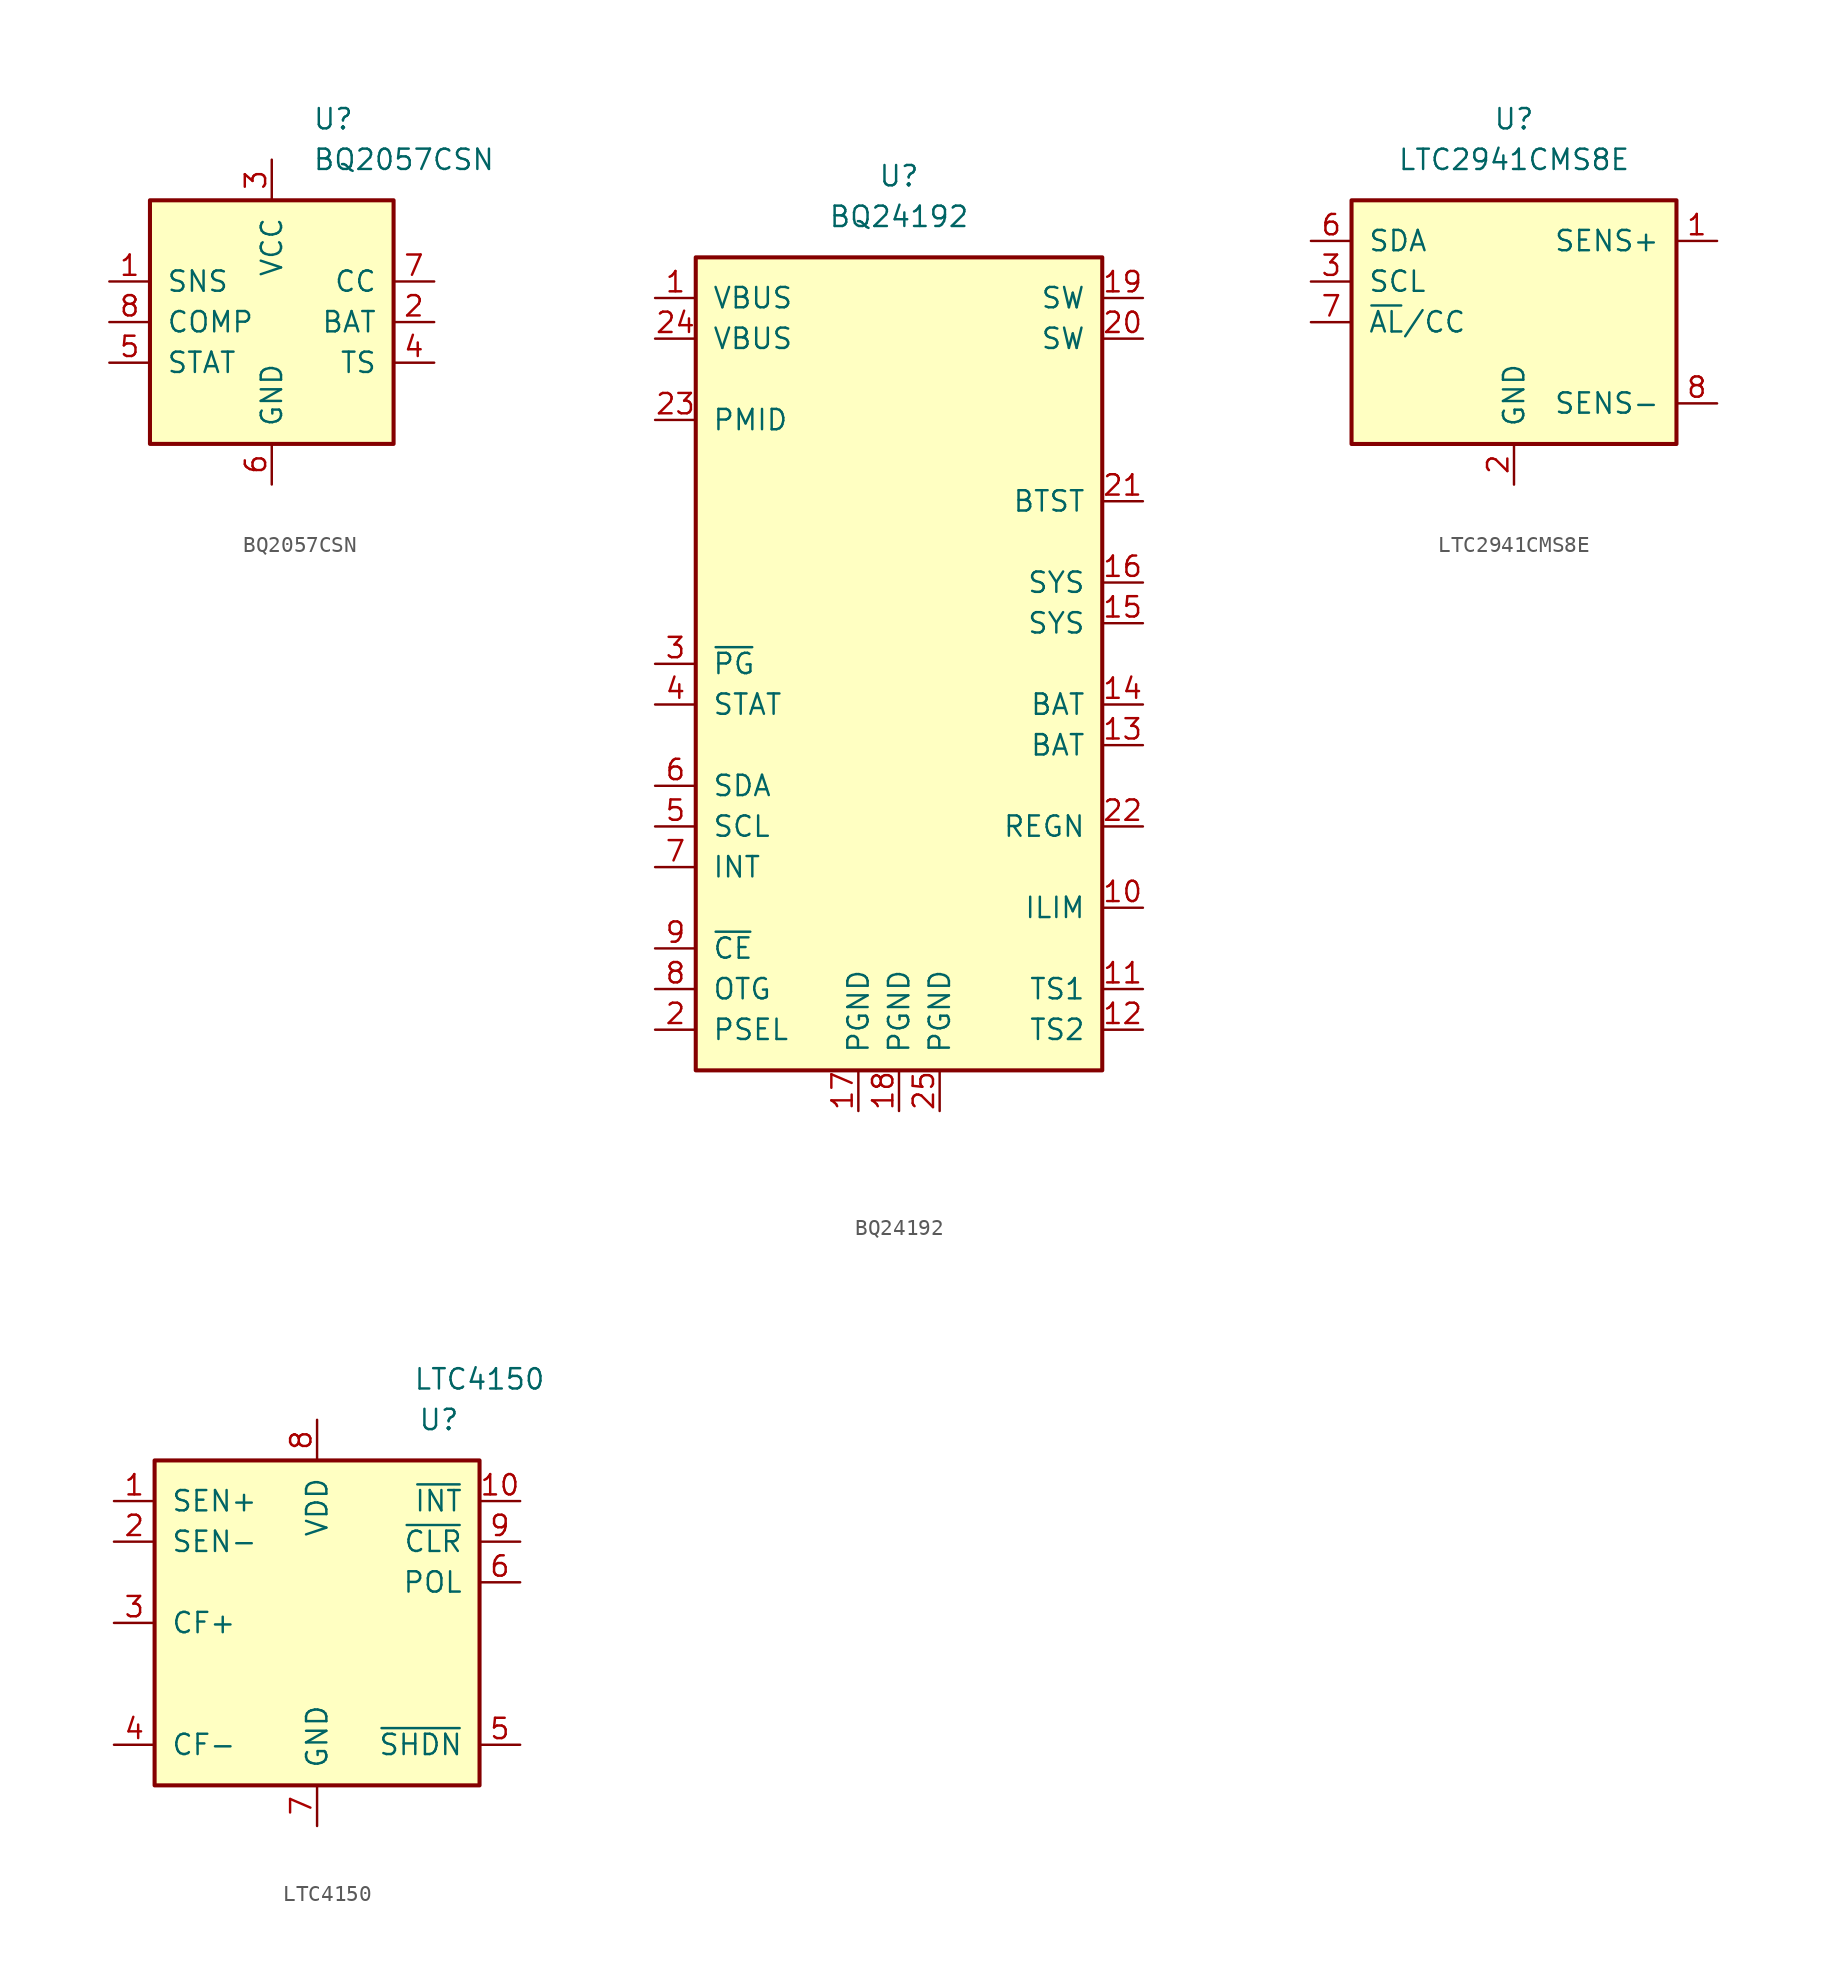
<source format=kicad_sym>
(kicad_symbol_lib
  (version 20201005)
  (generator kicad_symbol_editor)
  (symbol "KLIB_Battery:BQ2057CSN"
    (pin_names
      (offset 1.016))
    (property "Reference" "U"
      (at 2.54 12.7 0)
      (effects (font (size 1.27 1.27)) (justify left)))
    (property "Value" "BQ2057CSN"
      (at 2.54 10.16 0)
      (effects (font (size 1.27 1.27)) (justify left)))
    (symbol "BQ2057CSN_0_1"
      (rectangle (start 7.62 7.62) (end -7.62 -7.62) (stroke (width 0.254)) (fill (type background))))
    (symbol "BQ2057CSN_1_1"
      (pin input line (at -10.16 2.54 0) (length 2.54) (name "SNS" (effects (font (size 1.27 1.27)))) (number "1" (effects (font (size 1.27 1.27)))))
      (pin input line (at 10.16 0 180) (length 2.54) (name "BAT" (effects (font (size 1.27 1.27)))) (number "2" (effects (font (size 1.27 1.27)))))
      (pin power_in line (at 0 10.16 270) (length 2.54) (name "VCC" (effects (font (size 1.27 1.27)))) (number "3" (effects (font (size 1.27 1.27)))))
      (pin input line (at 10.16 -2.54 180) (length 2.54) (name "TS" (effects (font (size 1.27 1.27)))) (number "4" (effects (font (size 1.27 1.27)))))
      (pin output line (at -10.16 -2.54 0) (length 2.54) (name "STAT" (effects (font (size 1.27 1.27)))) (number "5" (effects (font (size 1.27 1.27)))))
      (pin power_in line (at 0 -10.16 90) (length 2.54) (name "GND" (effects (font (size 1.27 1.27)))) (number "6" (effects (font (size 1.27 1.27)))))
      (pin output line (at 10.16 2.54 180) (length 2.54) (name "CC" (effects (font (size 1.27 1.27)))) (number "7" (effects (font (size 1.27 1.27)))))
      (pin input line (at -10.16 0 0) (length 2.54) (name "COMP" (effects (font (size 1.27 1.27)))) (number "8" (effects (font (size 1.27 1.27)))))))
  (symbol "KLIB_Battery:BQ24192"
    (pin_names
      (offset 1.016))
    (property "Reference" "U"
      (at 0 30.48 0)
      (effects (font (size 1.27 1.27))))
    (property "Value" "BQ24192"
      (at 0 27.94 0)
      (effects (font (size 1.27 1.27))))
    (symbol "BQ24192_0_1"
      (rectangle (start -12.7 25.4) (end 12.7 -25.4) (stroke (width 0.254)) (fill (type background))))
    (symbol "BQ24192_1_1"
      (pin power_in line (at -15.24 22.86 0) (length 2.54) (name "VBUS" (effects (font (size 1.27 1.27)))) (number "1" (effects (font (size 1.27 1.27)))))
      (pin input line (at 15.24 -15.24 180) (length 2.54) (name "ILIM" (effects (font (size 1.27 1.27)))) (number "10" (effects (font (size 1.27 1.27)))))
      (pin input line (at 15.24 -20.32 180) (length 2.54) (name "TS1" (effects (font (size 1.27 1.27)))) (number "11" (effects (font (size 1.27 1.27)))))
      (pin input line (at 15.24 -22.86 180) (length 2.54) (name "TS2" (effects (font (size 1.27 1.27)))) (number "12" (effects (font (size 1.27 1.27)))))
      (pin power_in line (at 15.24 -5.08 180) (length 2.54) (name "BAT" (effects (font (size 1.27 1.27)))) (number "13" (effects (font (size 1.27 1.27)))))
      (pin power_in line (at 15.24 -2.54 180) (length 2.54) (name "BAT" (effects (font (size 1.27 1.27)))) (number "14" (effects (font (size 1.27 1.27)))))
      (pin passive line (at 15.24 2.54 180) (length 2.54) (name "SYS" (effects (font (size 1.27 1.27)))) (number "15" (effects (font (size 1.27 1.27)))))
      (pin power_out line (at 15.24 5.08 180) (length 2.54) (name "SYS" (effects (font (size 1.27 1.27)))) (number "16" (effects (font (size 1.27 1.27)))))
      (pin power_in line (at -2.54 -27.94 90) (length 2.54) (name "PGND" (effects (font (size 1.27 1.27)))) (number "17" (effects (font (size 1.27 1.27)))))
      (pin power_in line (at 0 -27.94 90) (length 2.54) (name "PGND" (effects (font (size 1.27 1.27)))) (number "18" (effects (font (size 1.27 1.27)))))
      (pin output line (at 15.24 22.86 180) (length 2.54) (name "SW" (effects (font (size 1.27 1.27)))) (number "19" (effects (font (size 1.27 1.27)))))
      (pin input line (at -15.24 -22.86 0) (length 2.54) (name "PSEL" (effects (font (size 1.27 1.27)))) (number "2" (effects (font (size 1.27 1.27)))))
      (pin passive line (at 15.24 20.32 180) (length 2.54) (name "SW" (effects (font (size 1.27 1.27)))) (number "20" (effects (font (size 1.27 1.27)))))
      (pin power_out line (at 15.24 10.16 180) (length 2.54) (name "BTST" (effects (font (size 1.27 1.27)))) (number "21" (effects (font (size 1.27 1.27)))))
      (pin power_out line (at 15.24 -10.16 180) (length 2.54) (name "REGN" (effects (font (size 1.27 1.27)))) (number "22" (effects (font (size 1.27 1.27)))))
      (pin output line (at -15.24 15.24 0) (length 2.54) (name "PMID" (effects (font (size 1.27 1.27)))) (number "23" (effects (font (size 1.27 1.27)))))
      (pin power_in line (at -15.24 20.32 0) (length 2.54) (name "VBUS" (effects (font (size 1.27 1.27)))) (number "24" (effects (font (size 1.27 1.27)))))
      (pin power_in line (at 2.54 -27.94 90) (length 2.54) (name "PGND" (effects (font (size 1.27 1.27)))) (number "25" (effects (font (size 1.27 1.27)))))
      (pin output line (at -15.24 0 0) (length 2.54) (name "~PG" (effects (font (size 1.27 1.27)))) (number "3" (effects (font (size 1.27 1.27)))))
      (pin output line (at -15.24 -2.54 0) (length 2.54) (name "STAT" (effects (font (size 1.27 1.27)))) (number "4" (effects (font (size 1.27 1.27)))))
      (pin input line (at -15.24 -10.16 0) (length 2.54) (name "SCL" (effects (font (size 1.27 1.27)))) (number "5" (effects (font (size 1.27 1.27)))))
      (pin bidirectional line (at -15.24 -7.62 0) (length 2.54) (name "SDA" (effects (font (size 1.27 1.27)))) (number "6" (effects (font (size 1.27 1.27)))))
      (pin output line (at -15.24 -12.7 0) (length 2.54) (name "INT" (effects (font (size 1.27 1.27)))) (number "7" (effects (font (size 1.27 1.27)))))
      (pin input line (at -15.24 -20.32 0) (length 2.54) (name "OTG" (effects (font (size 1.27 1.27)))) (number "8" (effects (font (size 1.27 1.27)))))
      (pin input line (at -15.24 -17.78 0) (length 2.54) (name "~CE" (effects (font (size 1.27 1.27)))) (number "9" (effects (font (size 1.27 1.27)))))))
  (symbol "KLIB_Battery:LTC2941CMS8E"
    (pin_names
      (offset 1.016))
    (property "Reference" "U"
      (at 0 12.7 0)
      (effects (font (size 1.27 1.27))))
    (property "Value" "LTC2941CMS8E"
      (at 0 10.16 0)
      (effects (font (size 1.27 1.27))))
    (symbol "LTC2941CMS8E_0_1"
      (rectangle (start -10.16 7.62) (end 10.16 -7.62) (stroke (width 0.254)) (fill (type background))))
    (symbol "LTC2941CMS8E_1_1"
      (pin power_in line (at 12.7 5.08 180) (length 2.54) (name "SENS+" (effects (font (size 1.27 1.27)))) (number "1" (effects (font (size 1.27 1.27)))))
      (pin power_in line (at 0 -10.16 90) (length 2.54) (name "GND" (effects (font (size 1.27 1.27)))) (number "2" (effects (font (size 1.27 1.27)))))
      (pin input line (at -12.7 2.54 0) (length 2.54) (name "SCL" (effects (font (size 1.27 1.27)))) (number "3" (effects (font (size 1.27 1.27)))))
      (pin unconnected line (at 12.7 2.54 180) (length 2.54) hide (name "NC" (effects (font (size 1.27 1.27)))) (number "4" (effects (font (size 1.27 1.27)))))
      (pin unconnected line (at 12.7 0 180) (length 2.54) hide (name "NC" (effects (font (size 1.27 1.27)))) (number "5" (effects (font (size 1.27 1.27)))))
      (pin bidirectional line (at -12.7 5.08 0) (length 2.54) (name "SDA" (effects (font (size 1.27 1.27)))) (number "6" (effects (font (size 1.27 1.27)))))
      (pin bidirectional line (at -12.7 0 0) (length 2.54) (name "~AL~/CC" (effects (font (size 1.27 1.27)))) (number "7" (effects (font (size 1.27 1.27)))))
      (pin input line (at 12.7 -5.08 180) (length 2.54) (name "SENS-" (effects (font (size 1.27 1.27)))) (number "8" (effects (font (size 1.27 1.27)))))
      (pin unconnected line (at 12.7 -2.54 180) (length 2.54) hide (name "NC" (effects (font (size 1.27 1.27)))) (number "9" (effects (font (size 1.27 1.27)))))))
  (symbol "KLIB_Battery:LTC4150"
    (pin_names
      (offset 1.016))
    (property "Reference" "U"
      (at 7.62 12.7 0)
      (effects (font (size 1.27 1.27))))
    (property "Value" "LTC4150"
      (at 10.16 15.24 0)
      (effects (font (size 1.27 1.27))))
    (symbol "LTC4150_0_1"
      (rectangle (start -10.16 -10.16) (end 10.16 10.16) (stroke (width 0.254)) (fill (type background))))
    (symbol "LTC4150_1_1"
      (pin input line (at -12.7 7.62 0) (length 2.54) (name "SEN+" (effects (font (size 1.27 1.27)))) (number "1" (effects (font (size 1.27 1.27)))))
      (pin open_collector line (at 12.7 7.62 180) (length 2.54) (name "~INT" (effects (font (size 1.27 1.27)))) (number "10" (effects (font (size 1.27 1.27)))))
      (pin input line (at -12.7 5.08 0) (length 2.54) (name "SEN-" (effects (font (size 1.27 1.27)))) (number "2" (effects (font (size 1.27 1.27)))))
      (pin passive line (at -12.7 0 0) (length 2.54) (name "CF+" (effects (font (size 1.27 1.27)))) (number "3" (effects (font (size 1.27 1.27)))))
      (pin passive line (at -12.7 -7.62 0) (length 2.54) (name "CF-" (effects (font (size 1.27 1.27)))) (number "4" (effects (font (size 1.27 1.27)))))
      (pin input line (at 12.7 -7.62 180) (length 2.54) (name "~SHDN" (effects (font (size 1.27 1.27)))) (number "5" (effects (font (size 1.27 1.27)))))
      (pin open_collector line (at 12.7 2.54 180) (length 2.54) (name "POL" (effects (font (size 1.27 1.27)))) (number "6" (effects (font (size 1.27 1.27)))))
      (pin power_in line (at 0 -12.7 90) (length 2.54) (name "GND" (effects (font (size 1.27 1.27)))) (number "7" (effects (font (size 1.27 1.27)))))
      (pin power_in line (at 0 12.7 270) (length 2.54) (name "VDD" (effects (font (size 1.27 1.27)))) (number "8" (effects (font (size 1.27 1.27)))))
      (pin input line (at 12.7 5.08 180) (length 2.54) (name "~CLR" (effects (font (size 1.27 1.27)))) (number "9" (effects (font (size 1.27 1.27))))))))
</source>
